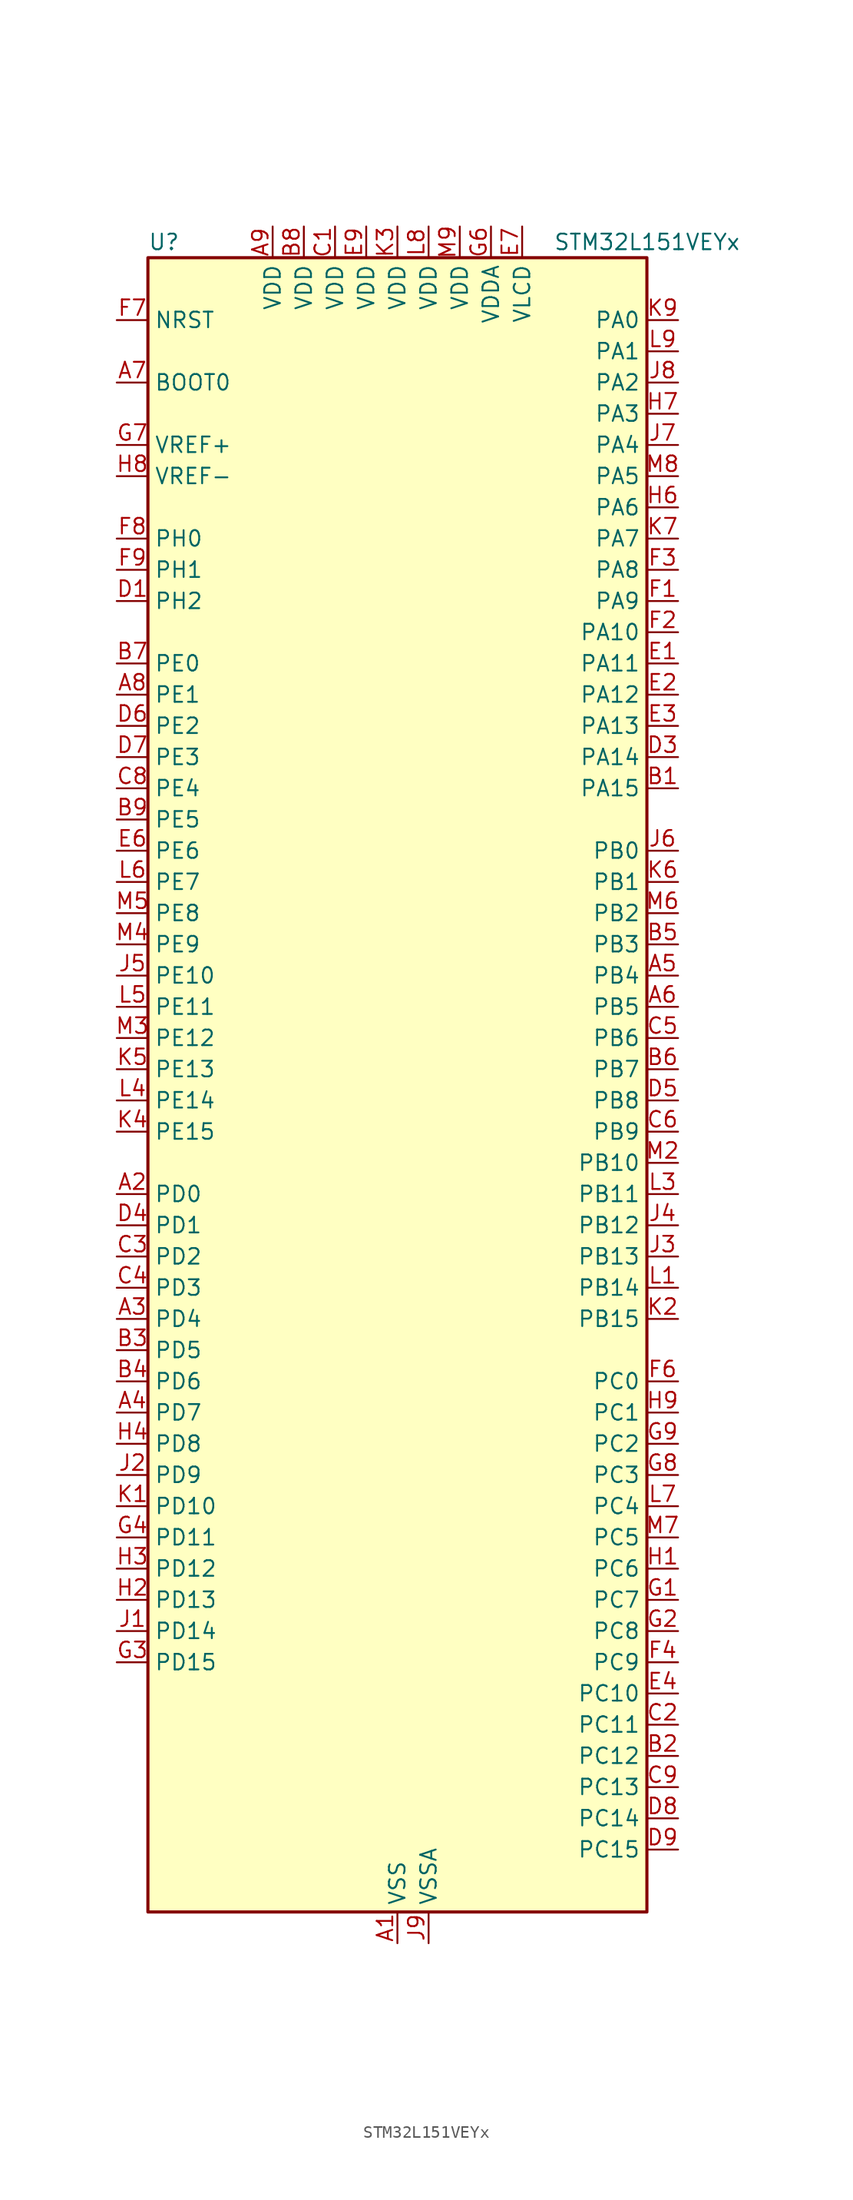
<source format=kicad_sym>
(kicad_symbol_lib
  (version 20241209)
  (generator "kicad_symbol_editor")
  (generator_version "9.0")
  (symbol "STM32L151VEYx"
    (property "Reference" "U"
      (at -20.32 69.85 0)
      (effects (font (size 1.27 1.27)) (justify left)))
    (property "Value" "STM32L151VEYx"
      (at 12.7 69.85 0)
      (effects (font (size 1.27 1.27)) (justify left)))
    (symbol "STM32L151VEYx_0_1"
      (rectangle (start -20.32 -66.04) (end 20.32 68.58) (stroke (width 0.254) (type default)) (fill (type background))))
    (symbol "STM32L151VEYx_1_1"
      (pin input line (at -22.86 63.5 0) (length 2.54) (name "NRST" (effects (font (size 1.27 1.27)))) (number "F7" (effects (font (size 1.27 1.27)))))
      (pin input line (at -22.86 58.42 0) (length 2.54) (name "BOOT0" (effects (font (size 1.27 1.27)))) (number "A7" (effects (font (size 1.27 1.27)))))
      (pin input line (at -22.86 53.34 0) (length 2.54) (name "VREF+" (effects (font (size 1.27 1.27)))) (number "G7" (effects (font (size 1.27 1.27)))))
      (pin input line (at -22.86 50.8 0) (length 2.54) (name "VREF-" (effects (font (size 1.27 1.27)))) (number "H8" (effects (font (size 1.27 1.27)))))
      (pin bidirectional line (at -22.86 45.72 0) (length 2.54) (name "PH0" (effects (font (size 1.27 1.27)))) (number "F8" (effects (font (size 1.27 1.27)))) (alternate "RCC_OSC_IN" bidirectional line))
      (pin bidirectional line (at -22.86 43.18 0) (length 2.54) (name "PH1" (effects (font (size 1.27 1.27)))) (number "F9" (effects (font (size 1.27 1.27)))) (alternate "RCC_OSC_OUT" bidirectional line))
      (pin bidirectional line (at -22.86 40.64 0) (length 2.54) (name "PH2" (effects (font (size 1.27 1.27)))) (number "D1" (effects (font (size 1.27 1.27)))))
      (pin bidirectional line (at -22.86 35.56 0) (length 2.54) (name "PE0" (effects (font (size 1.27 1.27)))) (number "B7" (effects (font (size 1.27 1.27)))) (alternate "TIM10_CH1" bidirectional line) (alternate "TIM4_ETR" bidirectional line) (alternate "TIMX_IC1" bidirectional line))
      (pin bidirectional line (at -22.86 33.02 0) (length 2.54) (name "PE1" (effects (font (size 1.27 1.27)))) (number "A8" (effects (font (size 1.27 1.27)))) (alternate "TIM11_CH1" bidirectional line) (alternate "TIMX_IC2" bidirectional line))
      (pin bidirectional line (at -22.86 30.48 0) (length 2.54) (name "PE2" (effects (font (size 1.27 1.27)))) (number "D6" (effects (font (size 1.27 1.27)))) (alternate "SYS_TRACECK" bidirectional line) (alternate "TIM3_ETR" bidirectional line) (alternate "TIMX_IC3" bidirectional line))
      (pin bidirectional line (at -22.86 27.94 0) (length 2.54) (name "PE3" (effects (font (size 1.27 1.27)))) (number "D7" (effects (font (size 1.27 1.27)))) (alternate "SYS_TRACED0" bidirectional line) (alternate "TIM3_CH1" bidirectional line) (alternate "TIMX_IC4" bidirectional line))
      (pin bidirectional line (at -22.86 25.4 0) (length 2.54) (name "PE4" (effects (font (size 1.27 1.27)))) (number "C8" (effects (font (size 1.27 1.27)))) (alternate "SYS_TRACED1" bidirectional line) (alternate "TIM3_CH2" bidirectional line) (alternate "TIMX_IC1" bidirectional line))
      (pin bidirectional line (at -22.86 22.86 0) (length 2.54) (name "PE5" (effects (font (size 1.27 1.27)))) (number "B9" (effects (font (size 1.27 1.27)))) (alternate "SYS_TRACED2" bidirectional line) (alternate "TIM9_CH1" bidirectional line) (alternate "TIMX_IC2" bidirectional line))
      (pin bidirectional line (at -22.86 20.32 0) (length 2.54) (name "PE6" (effects (font (size 1.27 1.27)))) (number "E6" (effects (font (size 1.27 1.27)))) (alternate "RTC_TAMP3" bidirectional line) (alternate "SYS_TRACED3" bidirectional line) (alternate "SYS_WKUP3" bidirectional line) (alternate "TIM9_CH2" bidirectional line) (alternate "TIMX_IC3" bidirectional line))
      (pin bidirectional line (at -22.86 17.78 0) (length 2.54) (name "PE7" (effects (font (size 1.27 1.27)))) (number "L6" (effects (font (size 1.27 1.27)))) (alternate "ADC_IN22" bidirectional line) (alternate "COMP1_INP" bidirectional line) (alternate "TIMX_IC4" bidirectional line))
      (pin bidirectional line (at -22.86 15.24 0) (length 2.54) (name "PE8" (effects (font (size 1.27 1.27)))) (number "M5" (effects (font (size 1.27 1.27)))) (alternate "ADC_IN23" bidirectional line) (alternate "COMP1_INP" bidirectional line) (alternate "TIMX_IC1" bidirectional line))
      (pin bidirectional line (at -22.86 12.7 0) (length 2.54) (name "PE9" (effects (font (size 1.27 1.27)))) (number "M4" (effects (font (size 1.27 1.27)))) (alternate "ADC_IN24" bidirectional line) (alternate "COMP1_INP" bidirectional line) (alternate "DAC_EXTI9" bidirectional line) (alternate "TIM2_CH1" bidirectional line) (alternate "TIM2_ETR" bidirectional line) (alternate "TIMX_IC2" bidirectional line))
      (pin bidirectional line (at -22.86 10.16 0) (length 2.54) (name "PE10" (effects (font (size 1.27 1.27)))) (number "J5" (effects (font (size 1.27 1.27)))) (alternate "ADC_IN25" bidirectional line) (alternate "COMP1_INP" bidirectional line) (alternate "TIM2_CH2" bidirectional line) (alternate "TIMX_IC3" bidirectional line))
      (pin bidirectional line (at -22.86 7.62 0) (length 2.54) (name "PE11" (effects (font (size 1.27 1.27)))) (number "L5" (effects (font (size 1.27 1.27)))) (alternate "ADC_EXTI11" bidirectional line) (alternate "TIM2_CH3" bidirectional line) (alternate "TIMX_IC4" bidirectional line))
      (pin bidirectional line (at -22.86 5.08 0) (length 2.54) (name "PE12" (effects (font (size 1.27 1.27)))) (number "M3" (effects (font (size 1.27 1.27)))) (alternate "SPI1_NSS" bidirectional line) (alternate "TIM2_CH4" bidirectional line) (alternate "TIMX_IC1" bidirectional line))
      (pin bidirectional line (at -22.86 2.54 0) (length 2.54) (name "PE13" (effects (font (size 1.27 1.27)))) (number "K5" (effects (font (size 1.27 1.27)))) (alternate "SPI1_SCK" bidirectional line) (alternate "TIMX_IC2" bidirectional line))
      (pin bidirectional line (at -22.86 0 0) (length 2.54) (name "PE14" (effects (font (size 1.27 1.27)))) (number "L4" (effects (font (size 1.27 1.27)))) (alternate "SPI1_MISO" bidirectional line) (alternate "TIMX_IC3" bidirectional line))
      (pin bidirectional line (at -22.86 -2.54 0) (length 2.54) (name "PE15" (effects (font (size 1.27 1.27)))) (number "K4" (effects (font (size 1.27 1.27)))) (alternate "ADC_EXTI15" bidirectional line) (alternate "SPI1_MOSI" bidirectional line) (alternate "TIMX_IC4" bidirectional line))
      (pin bidirectional line (at -22.86 -7.62 0) (length 2.54) (name "PD0" (effects (font (size 1.27 1.27)))) (number "A2" (effects (font (size 1.27 1.27)))) (alternate "I2S2_WS" bidirectional line) (alternate "SPI2_NSS" bidirectional line) (alternate "TIM9_CH1" bidirectional line) (alternate "TIMX_IC1" bidirectional line))
      (pin bidirectional line (at -22.86 -10.16 0) (length 2.54) (name "PD1" (effects (font (size 1.27 1.27)))) (number "D4" (effects (font (size 1.27 1.27)))) (alternate "I2S2_CK" bidirectional line) (alternate "SPI2_SCK" bidirectional line) (alternate "TIMX_IC2" bidirectional line))
      (pin bidirectional line (at -22.86 -12.7 0) (length 2.54) (name "PD2" (effects (font (size 1.27 1.27)))) (number "C3" (effects (font (size 1.27 1.27)))) (alternate "TIM3_ETR" bidirectional line) (alternate "TIMX_IC3" bidirectional line) (alternate "UART5_RX" bidirectional line))
      (pin bidirectional line (at -22.86 -15.24 0) (length 2.54) (name "PD3" (effects (font (size 1.27 1.27)))) (number "C4" (effects (font (size 1.27 1.27)))) (alternate "SPI2_MISO" bidirectional line) (alternate "TIMX_IC4" bidirectional line) (alternate "USART2_CTS" bidirectional line))
      (pin bidirectional line (at -22.86 -17.78 0) (length 2.54) (name "PD4" (effects (font (size 1.27 1.27)))) (number "A3" (effects (font (size 1.27 1.27)))) (alternate "I2S2_SD" bidirectional line) (alternate "SPI2_MOSI" bidirectional line) (alternate "TIMX_IC1" bidirectional line) (alternate "USART2_RTS" bidirectional line))
      (pin bidirectional line (at -22.86 -20.32 0) (length 2.54) (name "PD5" (effects (font (size 1.27 1.27)))) (number "B3" (effects (font (size 1.27 1.27)))) (alternate "TIMX_IC2" bidirectional line) (alternate "USART2_TX" bidirectional line))
      (pin bidirectional line (at -22.86 -22.86 0) (length 2.54) (name "PD6" (effects (font (size 1.27 1.27)))) (number "B4" (effects (font (size 1.27 1.27)))) (alternate "TIMX_IC3" bidirectional line) (alternate "USART2_RX" bidirectional line))
      (pin bidirectional line (at -22.86 -25.4 0) (length 2.54) (name "PD7" (effects (font (size 1.27 1.27)))) (number "A4" (effects (font (size 1.27 1.27)))) (alternate "TIM9_CH2" bidirectional line) (alternate "TIMX_IC4" bidirectional line) (alternate "USART2_CK" bidirectional line))
      (pin bidirectional line (at -22.86 -27.94 0) (length 2.54) (name "PD8" (effects (font (size 1.27 1.27)))) (number "H4" (effects (font (size 1.27 1.27)))) (alternate "TIMX_IC1" bidirectional line) (alternate "USART3_TX" bidirectional line))
      (pin bidirectional line (at -22.86 -30.48 0) (length 2.54) (name "PD9" (effects (font (size 1.27 1.27)))) (number "J2" (effects (font (size 1.27 1.27)))) (alternate "DAC_EXTI9" bidirectional line) (alternate "TIMX_IC2" bidirectional line) (alternate "USART3_RX" bidirectional line))
      (pin bidirectional line (at -22.86 -33.02 0) (length 2.54) (name "PD10" (effects (font (size 1.27 1.27)))) (number "K1" (effects (font (size 1.27 1.27)))) (alternate "TIMX_IC3" bidirectional line) (alternate "USART3_CK" bidirectional line))
      (pin bidirectional line (at -22.86 -35.56 0) (length 2.54) (name "PD11" (effects (font (size 1.27 1.27)))) (number "G4" (effects (font (size 1.27 1.27)))) (alternate "ADC_EXTI11" bidirectional line) (alternate "TIMX_IC4" bidirectional line) (alternate "USART3_CTS" bidirectional line))
      (pin bidirectional line (at -22.86 -38.1 0) (length 2.54) (name "PD12" (effects (font (size 1.27 1.27)))) (number "H3" (effects (font (size 1.27 1.27)))) (alternate "TIM4_CH1" bidirectional line) (alternate "TIMX_IC1" bidirectional line) (alternate "USART3_RTS" bidirectional line))
      (pin bidirectional line (at -22.86 -40.64 0) (length 2.54) (name "PD13" (effects (font (size 1.27 1.27)))) (number "H2" (effects (font (size 1.27 1.27)))) (alternate "TIM4_CH2" bidirectional line) (alternate "TIMX_IC2" bidirectional line))
      (pin bidirectional line (at -22.86 -43.18 0) (length 2.54) (name "PD14" (effects (font (size 1.27 1.27)))) (number "J1" (effects (font (size 1.27 1.27)))) (alternate "TIM4_CH3" bidirectional line) (alternate "TIMX_IC3" bidirectional line))
      (pin bidirectional line (at -22.86 -45.72 0) (length 2.54) (name "PD15" (effects (font (size 1.27 1.27)))) (number "G3" (effects (font (size 1.27 1.27)))) (alternate "ADC_EXTI15" bidirectional line) (alternate "TIM4_CH4" bidirectional line) (alternate "TIMX_IC4" bidirectional line))
      (pin power_in line (at -10.16 71.12 270) (length 2.54) (name "VDD" (effects (font (size 1.27 1.27)))) (number "A9" (effects (font (size 1.27 1.27)))))
      (pin power_in line (at -7.62 71.12 270) (length 2.54) (name "VDD" (effects (font (size 1.27 1.27)))) (number "B8" (effects (font (size 1.27 1.27)))))
      (pin power_in line (at -5.08 71.12 270) (length 2.54) (name "VDD" (effects (font (size 1.27 1.27)))) (number "C1" (effects (font (size 1.27 1.27)))))
      (pin power_in line (at -2.54 71.12 270) (length 2.54) (name "VDD" (effects (font (size 1.27 1.27)))) (number "E9" (effects (font (size 1.27 1.27)))))
      (pin power_in line (at 0 71.12 270) (length 2.54) (name "VDD" (effects (font (size 1.27 1.27)))) (number "K3" (effects (font (size 1.27 1.27)))))
      (pin power_in line (at 0 -68.58 90) (length 2.54) (name "VSS" (effects (font (size 1.27 1.27)))) (number "A1" (effects (font (size 1.27 1.27)))))
      (pin passive line (at 0 -68.58 90) (length 2.54) (hide yes) (name "VSS" (effects (font (size 1.27 1.27)))) (number "C7" (effects (font (size 1.27 1.27)))))
      (pin passive line (at 0 -68.58 90) (length 2.54) (hide yes) (name "VSS" (effects (font (size 1.27 1.27)))) (number "D2" (effects (font (size 1.27 1.27)))))
      (pin passive line (at 0 -68.58 90) (length 2.54) (hide yes) (name "VSS" (effects (font (size 1.27 1.27)))) (number "E8" (effects (font (size 1.27 1.27)))))
      (pin passive line (at 0 -68.58 90) (length 2.54) (hide yes) (name "VSS" (effects (font (size 1.27 1.27)))) (number "K8" (effects (font (size 1.27 1.27)))))
      (pin passive line (at 0 -68.58 90) (length 2.54) (hide yes) (name "VSS" (effects (font (size 1.27 1.27)))) (number "L2" (effects (font (size 1.27 1.27)))))
      (pin passive line (at 0 -68.58 90) (length 2.54) (hide yes) (name "VSS" (effects (font (size 1.27 1.27)))) (number "M1" (effects (font (size 1.27 1.27)))))
      (pin power_in line (at 2.54 71.12 270) (length 2.54) (name "VDD" (effects (font (size 1.27 1.27)))) (number "L8" (effects (font (size 1.27 1.27)))))
      (pin power_in line (at 2.54 -68.58 90) (length 2.54) (name "VSSA" (effects (font (size 1.27 1.27)))) (number "J9" (effects (font (size 1.27 1.27)))))
      (pin power_in line (at 5.08 71.12 270) (length 2.54) (name "VDD" (effects (font (size 1.27 1.27)))) (number "M9" (effects (font (size 1.27 1.27)))))
      (pin power_in line (at 7.62 71.12 270) (length 2.54) (name "VDDA" (effects (font (size 1.27 1.27)))) (number "G6" (effects (font (size 1.27 1.27)))))
      (pin power_in line (at 10.16 71.12 270) (length 2.54) (name "VLCD" (effects (font (size 1.27 1.27)))) (number "E7" (effects (font (size 1.27 1.27)))))
      (pin bidirectional line (at 22.86 63.5 180) (length 2.54) (name "PA0" (effects (font (size 1.27 1.27)))) (number "K9" (effects (font (size 1.27 1.27)))) (alternate "ADC_IN0" bidirectional line) (alternate "COMP1_INP" bidirectional line) (alternate "RTC_TAMP2" bidirectional line) (alternate "SYS_WKUP1" bidirectional line) (alternate "TIM2_CH1" bidirectional line) (alternate "TIM2_ETR" bidirectional line) (alternate "TIM5_CH1" bidirectional line) (alternate "TIMX_IC1" bidirectional line) (alternate "TS_G1_IO1" bidirectional line) (alternate "USART2_CTS" bidirectional line))
      (pin bidirectional line (at 22.86 60.96 180) (length 2.54) (name "PA1" (effects (font (size 1.27 1.27)))) (number "L9" (effects (font (size 1.27 1.27)))) (alternate "ADC_IN1" bidirectional line) (alternate "COMP1_INP" bidirectional line) (alternate "OPAMP1_VINP" bidirectional line) (alternate "TIM2_CH2" bidirectional line) (alternate "TIM5_CH2" bidirectional line) (alternate "TIMX_IC2" bidirectional line) (alternate "TS_G1_IO2" bidirectional line) (alternate "USART2_RTS" bidirectional line))
      (pin bidirectional line (at 22.86 58.42 180) (length 2.54) (name "PA2" (effects (font (size 1.27 1.27)))) (number "J8" (effects (font (size 1.27 1.27)))) (alternate "ADC_IN2" bidirectional line) (alternate "COMP1_INP" bidirectional line) (alternate "OPAMP1_VINM" bidirectional line) (alternate "TIM2_CH3" bidirectional line) (alternate "TIM5_CH3" bidirectional line) (alternate "TIM9_CH1" bidirectional line) (alternate "TIMX_IC3" bidirectional line) (alternate "TS_G1_IO3" bidirectional line) (alternate "USART2_TX" bidirectional line))
      (pin bidirectional line (at 22.86 55.88 180) (length 2.54) (name "PA3" (effects (font (size 1.27 1.27)))) (number "H7" (effects (font (size 1.27 1.27)))) (alternate "ADC_IN3" bidirectional line) (alternate "COMP1_INP" bidirectional line) (alternate "OPAMP1_VOUT" bidirectional line) (alternate "TIM2_CH4" bidirectional line) (alternate "TIM5_CH4" bidirectional line) (alternate "TIM9_CH2" bidirectional line) (alternate "TIMX_IC4" bidirectional line) (alternate "TS_G1_IO4" bidirectional line) (alternate "USART2_RX" bidirectional line))
      (pin bidirectional line (at 22.86 53.34 180) (length 2.54) (name "PA4" (effects (font (size 1.27 1.27)))) (number "J7" (effects (font (size 1.27 1.27)))) (alternate "ADC_IN4" bidirectional line) (alternate "COMP1_INP" bidirectional line) (alternate "DAC_OUT1" bidirectional line) (alternate "I2S3_WS" bidirectional line) (alternate "SPI1_NSS" bidirectional line) (alternate "SPI3_NSS" bidirectional line) (alternate "TIMX_IC1" bidirectional line) (alternate "USART2_CK" bidirectional line))
      (pin bidirectional line (at 22.86 50.8 180) (length 2.54) (name "PA5" (effects (font (size 1.27 1.27)))) (number "M8" (effects (font (size 1.27 1.27)))) (alternate "ADC_IN5" bidirectional line) (alternate "COMP1_INP" bidirectional line) (alternate "DAC_OUT2" bidirectional line) (alternate "SPI1_SCK" bidirectional line) (alternate "TIM2_CH1" bidirectional line) (alternate "TIM2_ETR" bidirectional line) (alternate "TIMX_IC2" bidirectional line))
      (pin bidirectional line (at 22.86 48.26 180) (length 2.54) (name "PA6" (effects (font (size 1.27 1.27)))) (number "H6" (effects (font (size 1.27 1.27)))) (alternate "ADC_IN6" bidirectional line) (alternate "COMP1_INP" bidirectional line) (alternate "OPAMP2_VINP" bidirectional line) (alternate "SPI1_MISO" bidirectional line) (alternate "TIM10_CH1" bidirectional line) (alternate "TIM3_CH1" bidirectional line) (alternate "TIMX_IC3" bidirectional line) (alternate "TS_G2_IO1" bidirectional line))
      (pin bidirectional line (at 22.86 45.72 180) (length 2.54) (name "PA7" (effects (font (size 1.27 1.27)))) (number "K7" (effects (font (size 1.27 1.27)))) (alternate "ADC_IN7" bidirectional line) (alternate "COMP1_INP" bidirectional line) (alternate "OPAMP2_VINM" bidirectional line) (alternate "SPI1_MOSI" bidirectional line) (alternate "TIM11_CH1" bidirectional line) (alternate "TIM3_CH2" bidirectional line) (alternate "TIMX_IC4" bidirectional line) (alternate "TS_G2_IO2" bidirectional line))
      (pin bidirectional line (at 22.86 43.18 180) (length 2.54) (name "PA8" (effects (font (size 1.27 1.27)))) (number "F3" (effects (font (size 1.27 1.27)))) (alternate "RCC_MCO" bidirectional line) (alternate "TIMX_IC1" bidirectional line) (alternate "TS_G4_IO1" bidirectional line) (alternate "USART1_CK" bidirectional line))
      (pin bidirectional line (at 22.86 40.64 180) (length 2.54) (name "PA9" (effects (font (size 1.27 1.27)))) (number "F1" (effects (font (size 1.27 1.27)))) (alternate "DAC_EXTI9" bidirectional line) (alternate "TIMX_IC2" bidirectional line) (alternate "TS_G4_IO2" bidirectional line) (alternate "USART1_TX" bidirectional line))
      (pin bidirectional line (at 22.86 38.1 180) (length 2.54) (name "PA10" (effects (font (size 1.27 1.27)))) (number "F2" (effects (font (size 1.27 1.27)))) (alternate "TIMX_IC3" bidirectional line) (alternate "TS_G4_IO3" bidirectional line) (alternate "USART1_RX" bidirectional line))
      (pin bidirectional line (at 22.86 35.56 180) (length 2.54) (name "PA11" (effects (font (size 1.27 1.27)))) (number "E1" (effects (font (size 1.27 1.27)))) (alternate "ADC_EXTI11" bidirectional line) (alternate "SPI1_MISO" bidirectional line) (alternate "TIMX_IC4" bidirectional line) (alternate "USART1_CTS" bidirectional line) (alternate "USB_DM" bidirectional line))
      (pin bidirectional line (at 22.86 33.02 180) (length 2.54) (name "PA12" (effects (font (size 1.27 1.27)))) (number "E2" (effects (font (size 1.27 1.27)))) (alternate "SPI1_MOSI" bidirectional line) (alternate "TIMX_IC1" bidirectional line) (alternate "USART1_RTS" bidirectional line) (alternate "USB_DP" bidirectional line))
      (pin bidirectional line (at 22.86 30.48 180) (length 2.54) (name "PA13" (effects (font (size 1.27 1.27)))) (number "E3" (effects (font (size 1.27 1.27)))) (alternate "SYS_JTMS-SWDIO" bidirectional line) (alternate "TIMX_IC2" bidirectional line) (alternate "TS_G5_IO1" bidirectional line))
      (pin bidirectional line (at 22.86 27.94 180) (length 2.54) (name "PA14" (effects (font (size 1.27 1.27)))) (number "D3" (effects (font (size 1.27 1.27)))) (alternate "SYS_JTCK-SWCLK" bidirectional line) (alternate "TIMX_IC3" bidirectional line) (alternate "TS_G5_IO2" bidirectional line))
      (pin bidirectional line (at 22.86 25.4 180) (length 2.54) (name "PA15" (effects (font (size 1.27 1.27)))) (number "B1" (effects (font (size 1.27 1.27)))) (alternate "ADC_EXTI15" bidirectional line) (alternate "I2S3_WS" bidirectional line) (alternate "SPI1_NSS" bidirectional line) (alternate "SPI3_NSS" bidirectional line) (alternate "SYS_JTDI" bidirectional line) (alternate "TIM2_CH1" bidirectional line) (alternate "TIM2_ETR" bidirectional line) (alternate "TIMX_IC4" bidirectional line) (alternate "TS_G5_IO3" bidirectional line))
      (pin bidirectional line (at 22.86 20.32 180) (length 2.54) (name "PB0" (effects (font (size 1.27 1.27)))) (number "J6" (effects (font (size 1.27 1.27)))) (alternate "ADC_IN8" bidirectional line) (alternate "COMP1_INP" bidirectional line) (alternate "OPAMP2_VOUT" bidirectional line) (alternate "SYS_V_REF_OUT" bidirectional line) (alternate "TIM3_CH3" bidirectional line) (alternate "TS_G3_IO1" bidirectional line))
      (pin bidirectional line (at 22.86 17.78 180) (length 2.54) (name "PB1" (effects (font (size 1.27 1.27)))) (number "K6" (effects (font (size 1.27 1.27)))) (alternate "ADC_IN9" bidirectional line) (alternate "COMP1_INP" bidirectional line) (alternate "SYS_V_REF_OUT" bidirectional line) (alternate "TIM3_CH4" bidirectional line) (alternate "TS_G3_IO2" bidirectional line))
      (pin bidirectional line (at 22.86 15.24 180) (length 2.54) (name "PB2" (effects (font (size 1.27 1.27)))) (number "M6" (effects (font (size 1.27 1.27)))) (alternate "ADC_IN0b" bidirectional line) (alternate "TS_G3_IO3" bidirectional line))
      (pin bidirectional line (at 22.86 12.7 180) (length 2.54) (name "PB3" (effects (font (size 1.27 1.27)))) (number "B5" (effects (font (size 1.27 1.27)))) (alternate "COMP2_INM" bidirectional line) (alternate "I2S3_CK" bidirectional line) (alternate "SPI1_SCK" bidirectional line) (alternate "SPI3_SCK" bidirectional line) (alternate "SYS_JTDO-TRACESWO" bidirectional line) (alternate "TIM2_CH2" bidirectional line))
      (pin bidirectional line (at 22.86 10.16 180) (length 2.54) (name "PB4" (effects (font (size 1.27 1.27)))) (number "A5" (effects (font (size 1.27 1.27)))) (alternate "COMP2_INP" bidirectional line) (alternate "SPI1_MISO" bidirectional line) (alternate "SPI3_MISO" bidirectional line) (alternate "SYS_JTRST" bidirectional line) (alternate "TIM3_CH1" bidirectional line) (alternate "TS_G6_IO1" bidirectional line))
      (pin bidirectional line (at 22.86 7.62 180) (length 2.54) (name "PB5" (effects (font (size 1.27 1.27)))) (number "A6" (effects (font (size 1.27 1.27)))) (alternate "COMP2_INP" bidirectional line) (alternate "I2C1_SMBA" bidirectional line) (alternate "I2S3_SD" bidirectional line) (alternate "SPI1_MOSI" bidirectional line) (alternate "SPI3_MOSI" bidirectional line) (alternate "TIM3_CH2" bidirectional line) (alternate "TS_G6_IO2" bidirectional line))
      (pin bidirectional line (at 22.86 5.08 180) (length 2.54) (name "PB6" (effects (font (size 1.27 1.27)))) (number "C5" (effects (font (size 1.27 1.27)))) (alternate "COMP2_INP" bidirectional line) (alternate "I2C1_SCL" bidirectional line) (alternate "TIM4_CH1" bidirectional line) (alternate "TS_G6_IO3" bidirectional line) (alternate "USART1_TX" bidirectional line))
      (pin bidirectional line (at 22.86 2.54 180) (length 2.54) (name "PB7" (effects (font (size 1.27 1.27)))) (number "B6" (effects (font (size 1.27 1.27)))) (alternate "COMP2_INP" bidirectional line) (alternate "I2C1_SDA" bidirectional line) (alternate "SYS_PVD_IN" bidirectional line) (alternate "TIM4_CH2" bidirectional line) (alternate "TS_G6_IO4" bidirectional line) (alternate "USART1_RX" bidirectional line))
      (pin bidirectional line (at 22.86 0 180) (length 2.54) (name "PB8" (effects (font (size 1.27 1.27)))) (number "D5" (effects (font (size 1.27 1.27)))) (alternate "I2C1_SCL" bidirectional line) (alternate "TIM10_CH1" bidirectional line) (alternate "TIM4_CH3" bidirectional line))
      (pin bidirectional line (at 22.86 -2.54 180) (length 2.54) (name "PB9" (effects (font (size 1.27 1.27)))) (number "C6" (effects (font (size 1.27 1.27)))) (alternate "DAC_EXTI9" bidirectional line) (alternate "I2C1_SDA" bidirectional line) (alternate "TIM11_CH1" bidirectional line) (alternate "TIM4_CH4" bidirectional line))
      (pin bidirectional line (at 22.86 -5.08 180) (length 2.54) (name "PB10" (effects (font (size 1.27 1.27)))) (number "M2" (effects (font (size 1.27 1.27)))) (alternate "I2C2_SCL" bidirectional line) (alternate "TIM2_CH3" bidirectional line) (alternate "USART3_TX" bidirectional line))
      (pin bidirectional line (at 22.86 -7.62 180) (length 2.54) (name "PB11" (effects (font (size 1.27 1.27)))) (number "L3" (effects (font (size 1.27 1.27)))) (alternate "ADC_EXTI11" bidirectional line) (alternate "I2C2_SDA" bidirectional line) (alternate "TIM2_CH4" bidirectional line) (alternate "USART3_RX" bidirectional line))
      (pin bidirectional line (at 22.86 -10.16 180) (length 2.54) (name "PB12" (effects (font (size 1.27 1.27)))) (number "J4" (effects (font (size 1.27 1.27)))) (alternate "ADC_IN18" bidirectional line) (alternate "COMP1_INP" bidirectional line) (alternate "I2C2_SMBA" bidirectional line) (alternate "I2S2_WS" bidirectional line) (alternate "SPI2_NSS" bidirectional line) (alternate "TIM10_CH1" bidirectional line) (alternate "TS_G7_IO1" bidirectional line) (alternate "USART3_CK" bidirectional line))
      (pin bidirectional line (at 22.86 -12.7 180) (length 2.54) (name "PB13" (effects (font (size 1.27 1.27)))) (number "J3" (effects (font (size 1.27 1.27)))) (alternate "ADC_IN19" bidirectional line) (alternate "COMP1_INP" bidirectional line) (alternate "I2S2_CK" bidirectional line) (alternate "SPI2_SCK" bidirectional line) (alternate "TIM9_CH1" bidirectional line) (alternate "TS_G7_IO2" bidirectional line) (alternate "USART3_CTS" bidirectional line))
      (pin bidirectional line (at 22.86 -15.24 180) (length 2.54) (name "PB14" (effects (font (size 1.27 1.27)))) (number "L1" (effects (font (size 1.27 1.27)))) (alternate "ADC_IN20" bidirectional line) (alternate "COMP1_INP" bidirectional line) (alternate "SPI2_MISO" bidirectional line) (alternate "TIM9_CH2" bidirectional line) (alternate "TS_G7_IO3" bidirectional line) (alternate "USART3_RTS" bidirectional line))
      (pin bidirectional line (at 22.86 -17.78 180) (length 2.54) (name "PB15" (effects (font (size 1.27 1.27)))) (number "K2" (effects (font (size 1.27 1.27)))) (alternate "ADC_EXTI15" bidirectional line) (alternate "ADC_IN21" bidirectional line) (alternate "COMP1_INP" bidirectional line) (alternate "I2S2_SD" bidirectional line) (alternate "RTC_REFIN" bidirectional line) (alternate "SPI2_MOSI" bidirectional line) (alternate "TIM11_CH1" bidirectional line) (alternate "TS_G7_IO4" bidirectional line))
      (pin bidirectional line (at 22.86 -22.86 180) (length 2.54) (name "PC0" (effects (font (size 1.27 1.27)))) (number "F6" (effects (font (size 1.27 1.27)))) (alternate "ADC_IN10" bidirectional line) (alternate "COMP1_INP" bidirectional line) (alternate "TIMX_IC1" bidirectional line) (alternate "TS_G8_IO1" bidirectional line))
      (pin bidirectional line (at 22.86 -25.4 180) (length 2.54) (name "PC1" (effects (font (size 1.27 1.27)))) (number "H9" (effects (font (size 1.27 1.27)))) (alternate "ADC_IN11" bidirectional line) (alternate "COMP1_INP" bidirectional line) (alternate "TIMX_IC2" bidirectional line) (alternate "TS_G8_IO2" bidirectional line))
      (pin bidirectional line (at 22.86 -27.94 180) (length 2.54) (name "PC2" (effects (font (size 1.27 1.27)))) (number "G9" (effects (font (size 1.27 1.27)))) (alternate "ADC_IN12" bidirectional line) (alternate "COMP1_INP" bidirectional line) (alternate "TIMX_IC3" bidirectional line) (alternate "TS_G8_IO3" bidirectional line))
      (pin bidirectional line (at 22.86 -30.48 180) (length 2.54) (name "PC3" (effects (font (size 1.27 1.27)))) (number "G8" (effects (font (size 1.27 1.27)))) (alternate "ADC_IN13" bidirectional line) (alternate "COMP1_INP" bidirectional line) (alternate "TIMX_IC4" bidirectional line) (alternate "TS_G8_IO4" bidirectional line))
      (pin bidirectional line (at 22.86 -33.02 180) (length 2.54) (name "PC4" (effects (font (size 1.27 1.27)))) (number "L7" (effects (font (size 1.27 1.27)))) (alternate "ADC_IN14" bidirectional line) (alternate "COMP1_INP" bidirectional line) (alternate "TIMX_IC1" bidirectional line) (alternate "TS_G9_IO1" bidirectional line))
      (pin bidirectional line (at 22.86 -35.56 180) (length 2.54) (name "PC5" (effects (font (size 1.27 1.27)))) (number "M7" (effects (font (size 1.27 1.27)))) (alternate "ADC_IN15" bidirectional line) (alternate "COMP1_INP" bidirectional line) (alternate "TIMX_IC2" bidirectional line) (alternate "TS_G9_IO2" bidirectional line))
      (pin bidirectional line (at 22.86 -38.1 180) (length 2.54) (name "PC6" (effects (font (size 1.27 1.27)))) (number "H1" (effects (font (size 1.27 1.27)))) (alternate "I2S2_MCK" bidirectional line) (alternate "TIM3_CH1" bidirectional line) (alternate "TIMX_IC3" bidirectional line) (alternate "TS_G10_IO1" bidirectional line))
      (pin bidirectional line (at 22.86 -40.64 180) (length 2.54) (name "PC7" (effects (font (size 1.27 1.27)))) (number "G1" (effects (font (size 1.27 1.27)))) (alternate "I2S3_MCK" bidirectional line) (alternate "TIM3_CH2" bidirectional line) (alternate "TIMX_IC4" bidirectional line) (alternate "TS_G10_IO2" bidirectional line))
      (pin bidirectional line (at 22.86 -43.18 180) (length 2.54) (name "PC8" (effects (font (size 1.27 1.27)))) (number "G2" (effects (font (size 1.27 1.27)))) (alternate "TIM3_CH3" bidirectional line) (alternate "TIMX_IC1" bidirectional line) (alternate "TS_G10_IO3" bidirectional line))
      (pin bidirectional line (at 22.86 -45.72 180) (length 2.54) (name "PC9" (effects (font (size 1.27 1.27)))) (number "F4" (effects (font (size 1.27 1.27)))) (alternate "DAC_EXTI9" bidirectional line) (alternate "TIM3_CH4" bidirectional line) (alternate "TIMX_IC2" bidirectional line) (alternate "TS_G10_IO4" bidirectional line))
      (pin bidirectional line (at 22.86 -48.26 180) (length 2.54) (name "PC10" (effects (font (size 1.27 1.27)))) (number "E4" (effects (font (size 1.27 1.27)))) (alternate "I2S3_CK" bidirectional line) (alternate "SPI3_SCK" bidirectional line) (alternate "TIMX_IC3" bidirectional line) (alternate "UART4_TX" bidirectional line) (alternate "USART3_TX" bidirectional line))
      (pin bidirectional line (at 22.86 -50.8 180) (length 2.54) (name "PC11" (effects (font (size 1.27 1.27)))) (number "C2" (effects (font (size 1.27 1.27)))) (alternate "ADC_EXTI11" bidirectional line) (alternate "SPI3_MISO" bidirectional line) (alternate "TIMX_IC4" bidirectional line) (alternate "UART4_RX" bidirectional line) (alternate "USART3_RX" bidirectional line))
      (pin bidirectional line (at 22.86 -53.34 180) (length 2.54) (name "PC12" (effects (font (size 1.27 1.27)))) (number "B2" (effects (font (size 1.27 1.27)))) (alternate "I2S3_SD" bidirectional line) (alternate "SPI3_MOSI" bidirectional line) (alternate "TIMX_IC1" bidirectional line) (alternate "UART5_TX" bidirectional line) (alternate "USART3_CK" bidirectional line))
      (pin bidirectional line (at 22.86 -55.88 180) (length 2.54) (name "PC13" (effects (font (size 1.27 1.27)))) (number "C9" (effects (font (size 1.27 1.27)))) (alternate "RTC_OUT_ALARM" bidirectional line) (alternate "RTC_OUT_CALIB" bidirectional line) (alternate "RTC_TAMP1" bidirectional line) (alternate "RTC_TS" bidirectional line) (alternate "SYS_WKUP2" bidirectional line) (alternate "TIMX_IC2" bidirectional line))
      (pin bidirectional line (at 22.86 -58.42 180) (length 2.54) (name "PC14" (effects (font (size 1.27 1.27)))) (number "D8" (effects (font (size 1.27 1.27)))) (alternate "RCC_OSC32_IN" bidirectional line) (alternate "TIMX_IC3" bidirectional line))
      (pin bidirectional line (at 22.86 -60.96 180) (length 2.54) (name "PC15" (effects (font (size 1.27 1.27)))) (number "D9" (effects (font (size 1.27 1.27)))) (alternate "ADC_EXTI15" bidirectional line) (alternate "RCC_OSC32_OUT" bidirectional line) (alternate "TIMX_IC4" bidirectional line)))))
</source>
